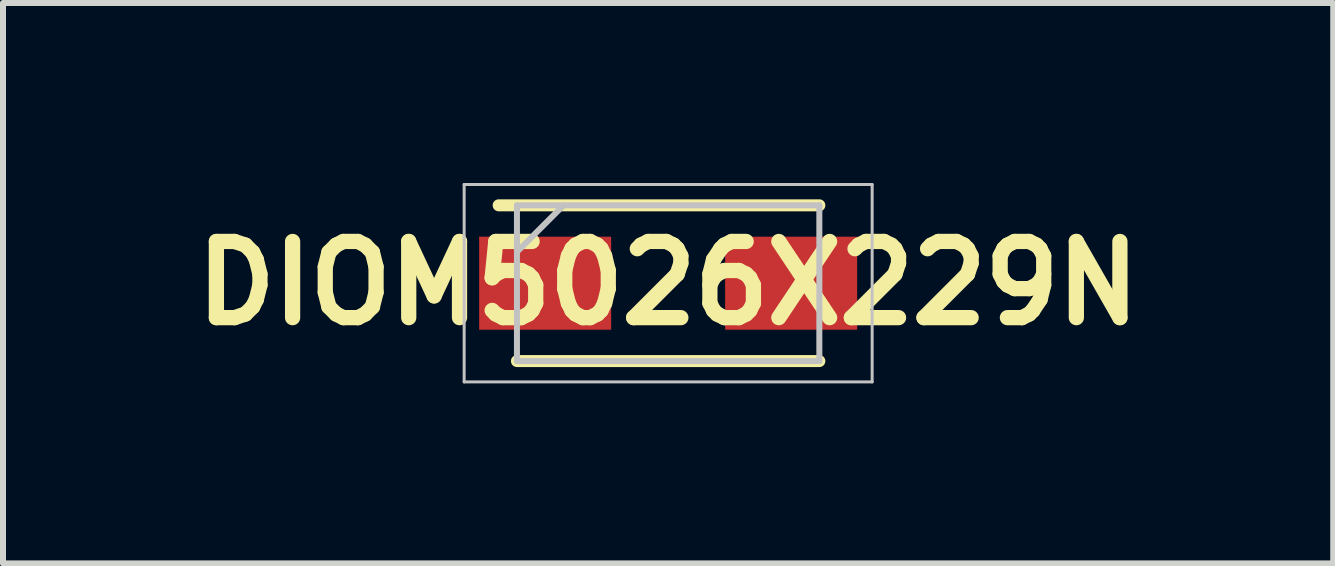
<source format=kicad_pcb>
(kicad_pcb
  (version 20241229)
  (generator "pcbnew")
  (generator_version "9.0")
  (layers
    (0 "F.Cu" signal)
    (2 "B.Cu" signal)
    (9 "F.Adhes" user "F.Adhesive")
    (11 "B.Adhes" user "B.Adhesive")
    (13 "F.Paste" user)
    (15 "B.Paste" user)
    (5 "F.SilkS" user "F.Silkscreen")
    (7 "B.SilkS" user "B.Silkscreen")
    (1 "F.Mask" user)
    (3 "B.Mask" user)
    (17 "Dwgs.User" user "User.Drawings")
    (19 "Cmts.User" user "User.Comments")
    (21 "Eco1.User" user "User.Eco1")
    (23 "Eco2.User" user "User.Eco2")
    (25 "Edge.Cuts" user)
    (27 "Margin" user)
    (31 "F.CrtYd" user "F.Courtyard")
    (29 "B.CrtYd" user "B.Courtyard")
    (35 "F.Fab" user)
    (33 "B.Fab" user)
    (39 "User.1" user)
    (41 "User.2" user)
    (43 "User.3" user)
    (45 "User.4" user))
  (footprint "DIOM5026X229N"
    (layer "F.Cu")
    (at 8.086 1.67)
    (property "Reference" "DIOM5026X229N" (at 0 0 0) (layer "F.SilkS") (effects (font (size 1.27 1.27) (thickness 0.254))))
    (attr smd)
    (fp_line (start -2.52 1.298) (end 2.52 1.298) (stroke (width 0.2) (type solid)) (layer "F.SilkS"))
    (fp_line (start 2.52 -1.298) (end -2.825 -1.298) (stroke (width 0.2) (type solid)) (layer "F.SilkS"))
    (fp_line (start -3.4 -1.645) (end 3.4 -1.645) (stroke (width 0.05) (type solid)) (layer "Dwgs.User"))
    (fp_line (start -3.4 1.645) (end -3.4 -1.645) (stroke (width 0.05) (type solid)) (layer "Dwgs.User"))
    (fp_line (start -2.52 -1.298) (end 2.52 -1.298) (stroke (width 0.1) (type solid)) (layer "Dwgs.User"))
    (fp_line (start -2.52 -0.522) (end -1.745 -1.298) (stroke (width 0.1) (type solid)) (layer "Dwgs.User"))
    (fp_line (start -2.52 1.298) (end -2.52 -1.298) (stroke (width 0.1) (type solid)) (layer "Dwgs.User"))
    (fp_line (start 2.52 -1.298) (end 2.52 1.298) (stroke (width 0.1) (type solid)) (layer "Dwgs.User"))
    (fp_line (start 2.52 1.298) (end -2.52 1.298) (stroke (width 0.1) (type solid)) (layer "Dwgs.User"))
    (fp_line (start 3.4 -1.645) (end 3.4 1.645) (stroke (width 0.05) (type solid)) (layer "Dwgs.User"))
    (fp_line (start 3.4 1.645) (end -3.4 1.645) (stroke (width 0.05) (type solid)) (layer "Dwgs.User"))
    (pad "1" smd rect (at -2.05 0 90) (size 1.55 2.2) (layers "F.Cu" "F.Mask" "F.Paste"))
    (pad "2" smd rect (at 2.05 0 90) (size 1.55 2.2) (layers "F.Cu" "F.Mask" "F.Paste")))
  (gr_rect
    (start -3 -3)
    (end 19.171 6.34)
    (stroke (width 0.1) (type default))
    (fill no)
    (layer "Edge.Cuts")))
</source>
